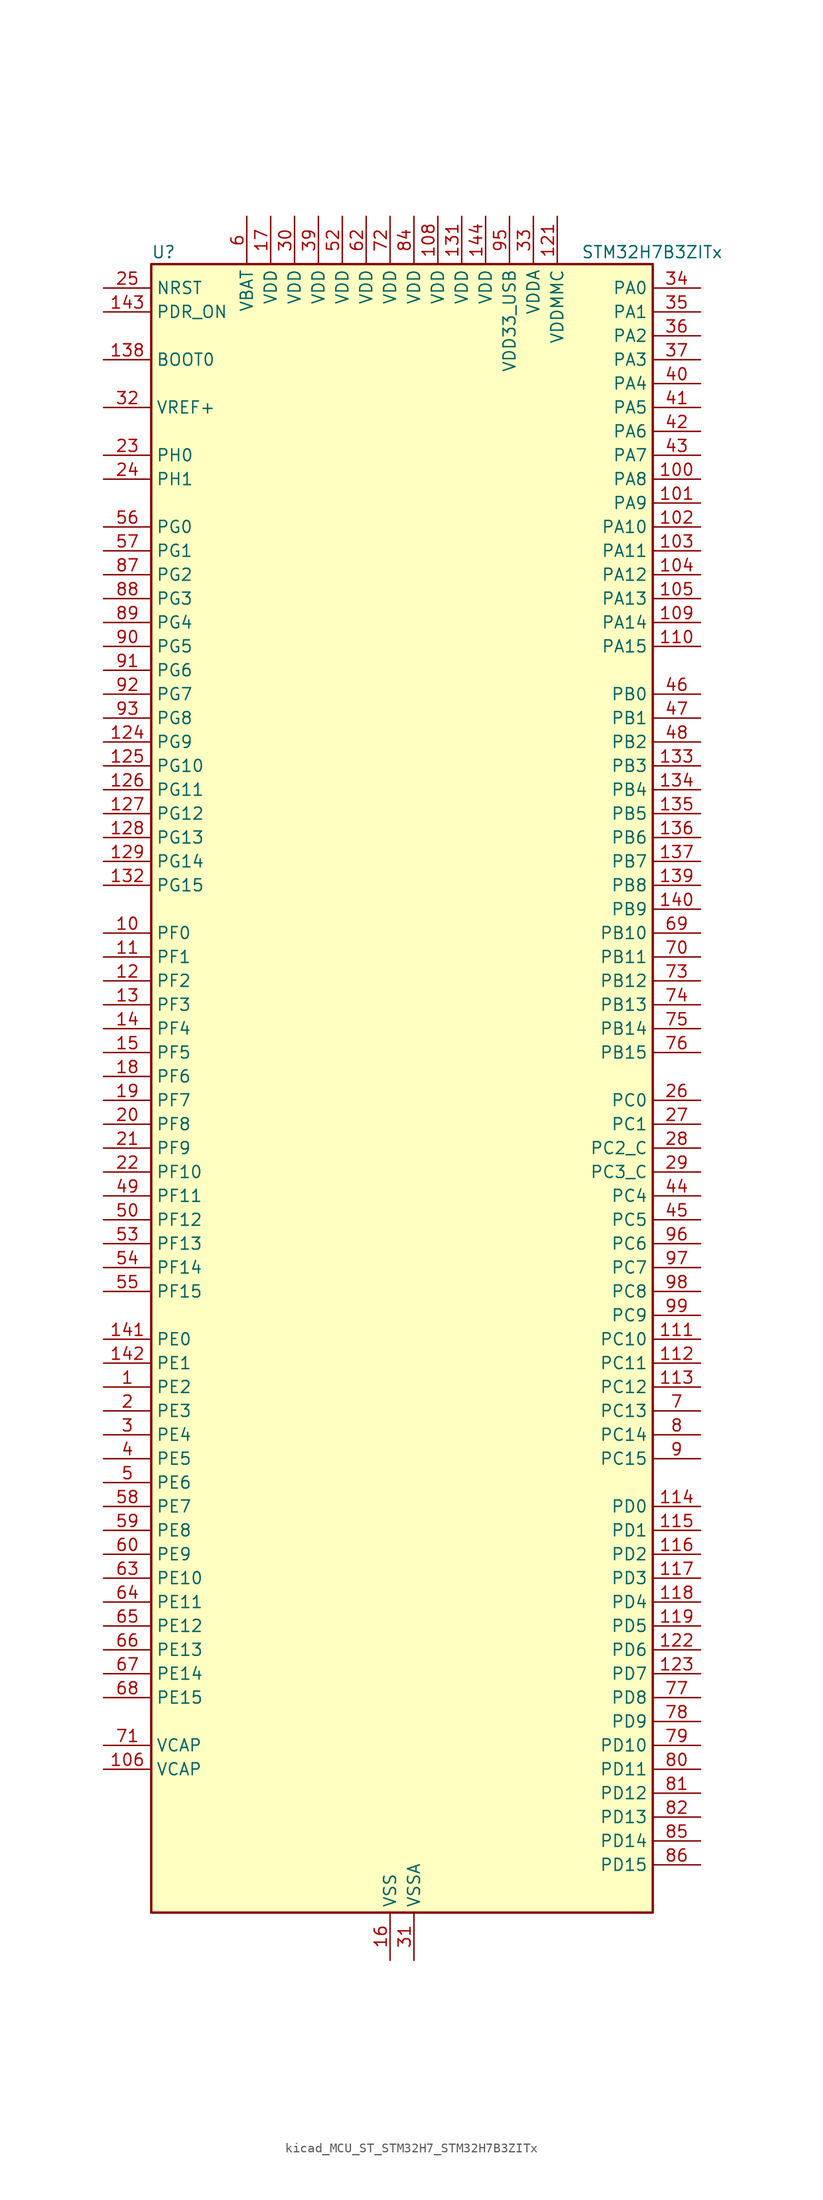
<source format=kicad_sym>
(kicad_symbol_lib
  (version 20220914)
  (generator kicad_symbol_editor)
  (symbol "kicad_MCU_ST_STM32H7_STM32H7B3ZITx"
    (property "Reference" "U"
      (at -25.4 90.17 0)
      (effects (font (size 1.27 1.27)) (justify left)))
    (property "Value" "STM32H7B3ZITx"
      (at 20.32 90.17 0)
      (effects (font (size 1.27 1.27)) (justify left)))
    (property "ki_locked" ""
      (at 0 0 0)
      (effects (font (size 1.27 1.27))))
    (symbol "kicad_MCU_ST_STM32H7_STM32H7B3ZITx_0_1"
      (rectangle (start -25.4 -86.36) (end 27.94 88.9) (stroke (width 0.254) (type default)) (fill (type background))))
    (symbol "kicad_MCU_ST_STM32H7_STM32H7B3ZITx_1_1"
      (pin bidirectional line (at -30.48 -30.48 0) (length 5.08) (name "PE2" (effects (font (size 1.27 1.27)))) (number "1" (effects (font (size 1.27 1.27)))) (alternate "DEBUG_TRACECLK" bidirectional line) (alternate "FMC_A23" bidirectional line) (alternate "OCTOSPIM_P1_IO2" bidirectional line) (alternate "SAI1_CK1" bidirectional line) (alternate "SAI1_MCLK_A" bidirectional line) (alternate "SPI4_SCK" bidirectional line) (alternate "USART10_RX" bidirectional line))
      (pin bidirectional line (at -30.48 17.78 0) (length 5.08) (name "PF0" (effects (font (size 1.27 1.27)))) (number "10" (effects (font (size 1.27 1.27)))) (alternate "FMC_A0" bidirectional line) (alternate "I2C2_SDA" bidirectional line) (alternate "OCTOSPIM_P2_IO0" bidirectional line))
      (pin bidirectional line (at 33.02 66.04 180) (length 5.08) (name "PA8" (effects (font (size 1.27 1.27)))) (number "100" (effects (font (size 1.27 1.27)))) (alternate "I2C3_SCL" bidirectional line) (alternate "LTDC_B3" bidirectional line) (alternate "LTDC_R6" bidirectional line) (alternate "RCC_MCO_1" bidirectional line) (alternate "TIM1_CH1" bidirectional line) (alternate "TIM8_BKIN2" bidirectional line) (alternate "TIM8_BKIN2_COMP1" bidirectional line) (alternate "TIM8_BKIN2_COMP2" bidirectional line) (alternate "UART7_RX" bidirectional line) (alternate "USART1_CK" bidirectional line) (alternate "USB_OTG_HS_SOF" bidirectional line))
      (pin bidirectional line (at 33.02 63.5 180) (length 5.08) (name "PA9" (effects (font (size 1.27 1.27)))) (number "101" (effects (font (size 1.27 1.27)))) (alternate "DAC1_EXTI9" bidirectional line) (alternate "DCMI_D0" bidirectional line) (alternate "I2C3_SMBA" bidirectional line) (alternate "I2S2_CK" bidirectional line) (alternate "LPUART1_TX" bidirectional line) (alternate "LTDC_R5" bidirectional line) (alternate "PSSI_D0" bidirectional line) (alternate "SPI2_SCK" bidirectional line) (alternate "TIM1_CH2" bidirectional line) (alternate "USART1_TX" bidirectional line) (alternate "USB_OTG_HS_VBUS" bidirectional line))
      (pin bidirectional line (at 33.02 60.96 180) (length 5.08) (name "PA10" (effects (font (size 1.27 1.27)))) (number "102" (effects (font (size 1.27 1.27)))) (alternate "DCMI_D1" bidirectional line) (alternate "LPUART1_RX" bidirectional line) (alternate "LTDC_B1" bidirectional line) (alternate "LTDC_B4" bidirectional line) (alternate "MDIOS_MDIO" bidirectional line) (alternate "PSSI_D1" bidirectional line) (alternate "TIM1_CH3" bidirectional line) (alternate "USART1_RX" bidirectional line) (alternate "USB_OTG_HS_ID" bidirectional line))
      (pin bidirectional line (at 33.02 58.42 180) (length 5.08) (name "PA11" (effects (font (size 1.27 1.27)))) (number "103" (effects (font (size 1.27 1.27)))) (alternate "ADC1_EXTI11" bidirectional line) (alternate "ADC2_EXTI11" bidirectional line) (alternate "FDCAN1_RX" bidirectional line) (alternate "I2S2_WS" bidirectional line) (alternate "LPUART1_CTS" bidirectional line) (alternate "LTDC_R4" bidirectional line) (alternate "SPI2_NSS" bidirectional line) (alternate "TIM1_CH4" bidirectional line) (alternate "UART4_RX" bidirectional line) (alternate "USART1_CTS" bidirectional line) (alternate "USART1_NSS" bidirectional line) (alternate "USB_OTG_HS_DM" bidirectional line))
      (pin bidirectional line (at 33.02 55.88 180) (length 5.08) (name "PA12" (effects (font (size 1.27 1.27)))) (number "104" (effects (font (size 1.27 1.27)))) (alternate "FDCAN1_TX" bidirectional line) (alternate "I2S2_CK" bidirectional line) (alternate "LPUART1_DE" bidirectional line) (alternate "LPUART1_RTS" bidirectional line) (alternate "LTDC_R5" bidirectional line) (alternate "SAI2_FS_B" bidirectional line) (alternate "SPI2_SCK" bidirectional line) (alternate "TIM1_ETR" bidirectional line) (alternate "UART4_TX" bidirectional line) (alternate "USART1_DE" bidirectional line) (alternate "USART1_RTS" bidirectional line) (alternate "USB_OTG_HS_DP" bidirectional line))
      (pin bidirectional line (at 33.02 53.34 180) (length 5.08) (name "PA13" (effects (font (size 1.27 1.27)))) (number "105" (effects (font (size 1.27 1.27)))) (alternate "DEBUG_JTMS-SWDIO" bidirectional line))
      (pin power_out line (at -30.48 -71.12 0) (length 5.08) (name "VCAP" (effects (font (size 1.27 1.27)))) (number "106" (effects (font (size 1.27 1.27)))))
      (pin passive line (at 0 -91.44 90) (length 5.08) hide (name "VSS" (effects (font (size 1.27 1.27)))) (number "107" (effects (font (size 1.27 1.27)))))
      (pin power_in line (at 5.08 93.98 270) (length 5.08) (name "VDD" (effects (font (size 1.27 1.27)))) (number "108" (effects (font (size 1.27 1.27)))))
      (pin bidirectional line (at 33.02 50.8 180) (length 5.08) (name "PA14" (effects (font (size 1.27 1.27)))) (number "109" (effects (font (size 1.27 1.27)))) (alternate "DEBUG_JTCK-SWCLK" bidirectional line))
      (pin bidirectional line (at -30.48 15.24 0) (length 5.08) (name "PF1" (effects (font (size 1.27 1.27)))) (number "11" (effects (font (size 1.27 1.27)))) (alternate "FMC_A1" bidirectional line) (alternate "I2C2_SCL" bidirectional line) (alternate "OCTOSPIM_P2_IO1" bidirectional line))
      (pin bidirectional line (at 33.02 48.26 180) (length 5.08) (name "PA15" (effects (font (size 1.27 1.27)))) (number "110" (effects (font (size 1.27 1.27)))) (alternate "ADC1_EXTI15" bidirectional line) (alternate "ADC2_EXTI15" bidirectional line) (alternate "CEC" bidirectional line) (alternate "DEBUG_JTDI" bidirectional line) (alternate "I2S1_WS" bidirectional line) (alternate "I2S3_WS" bidirectional line) (alternate "I2S6_WS" bidirectional line) (alternate "LTDC_B6" bidirectional line) (alternate "LTDC_R3" bidirectional line) (alternate "SPI1_NSS" bidirectional line) (alternate "SPI3_NSS" bidirectional line) (alternate "SPI6_NSS" bidirectional line) (alternate "TIM2_CH1" bidirectional line) (alternate "TIM2_ETR" bidirectional line) (alternate "UART4_DE" bidirectional line) (alternate "UART4_RTS" bidirectional line) (alternate "UART7_TX" bidirectional line))
      (pin bidirectional line (at 33.02 -25.4 180) (length 5.08) (name "PC10" (effects (font (size 1.27 1.27)))) (number "111" (effects (font (size 1.27 1.27)))) (alternate "DCMI_D8" bidirectional line) (alternate "DFSDM1_CKIN5" bidirectional line) (alternate "DFSDM2_CKIN0" bidirectional line) (alternate "I2S3_CK" bidirectional line) (alternate "LTDC_B1" bidirectional line) (alternate "LTDC_R2" bidirectional line) (alternate "OCTOSPIM_P1_IO1" bidirectional line) (alternate "PSSI_D8" bidirectional line) (alternate "SDMMC1_D2" bidirectional line) (alternate "SPI3_SCK" bidirectional line) (alternate "SWPMI1_RX" bidirectional line) (alternate "UART4_TX" bidirectional line) (alternate "USART3_TX" bidirectional line))
      (pin bidirectional line (at 33.02 -27.94 180) (length 5.08) (name "PC11" (effects (font (size 1.27 1.27)))) (number "112" (effects (font (size 1.27 1.27)))) (alternate "ADC1_EXTI11" bidirectional line) (alternate "ADC2_EXTI11" bidirectional line) (alternate "DCMI_D4" bidirectional line) (alternate "DFSDM1_DATIN5" bidirectional line) (alternate "DFSDM2_DATIN0" bidirectional line) (alternate "I2S3_SDI" bidirectional line) (alternate "LTDC_B4" bidirectional line) (alternate "OCTOSPIM_P1_NCS" bidirectional line) (alternate "PSSI_D4" bidirectional line) (alternate "SDMMC1_D3" bidirectional line) (alternate "SPI3_MISO" bidirectional line) (alternate "UART4_RX" bidirectional line) (alternate "USART3_RX" bidirectional line))
      (pin bidirectional line (at 33.02 -30.48 180) (length 5.08) (name "PC12" (effects (font (size 1.27 1.27)))) (number "113" (effects (font (size 1.27 1.27)))) (alternate "DCMI_D9" bidirectional line) (alternate "DEBUG_TRACED3" bidirectional line) (alternate "DFSDM2_CKOUT" bidirectional line) (alternate "I2S3_SDO" bidirectional line) (alternate "I2S6_CK" bidirectional line) (alternate "LTDC_R6" bidirectional line) (alternate "PSSI_D9" bidirectional line) (alternate "SDMMC1_CK" bidirectional line) (alternate "SPI3_MOSI" bidirectional line) (alternate "SPI6_SCK" bidirectional line) (alternate "TIM15_CH1" bidirectional line) (alternate "UART5_TX" bidirectional line) (alternate "USART3_CK" bidirectional line))
      (pin bidirectional line (at 33.02 -43.18 180) (length 5.08) (name "PD0" (effects (font (size 1.27 1.27)))) (number "114" (effects (font (size 1.27 1.27)))) (alternate "DFSDM1_CKIN6" bidirectional line) (alternate "FDCAN1_RX" bidirectional line) (alternate "FMC_D2" bidirectional line) (alternate "FMC_DA2" bidirectional line) (alternate "LTDC_B1" bidirectional line) (alternate "UART4_RX" bidirectional line) (alternate "UART9_CTS" bidirectional line))
      (pin bidirectional line (at 33.02 -45.72 180) (length 5.08) (name "PD1" (effects (font (size 1.27 1.27)))) (number "115" (effects (font (size 1.27 1.27)))) (alternate "DFSDM1_DATIN6" bidirectional line) (alternate "FDCAN1_TX" bidirectional line) (alternate "FMC_D3" bidirectional line) (alternate "FMC_DA3" bidirectional line) (alternate "UART4_TX" bidirectional line))
      (pin bidirectional line (at 33.02 -48.26 180) (length 5.08) (name "PD2" (effects (font (size 1.27 1.27)))) (number "116" (effects (font (size 1.27 1.27)))) (alternate "DCMI_D11" bidirectional line) (alternate "DEBUG_TRACED2" bidirectional line) (alternate "LTDC_B2" bidirectional line) (alternate "LTDC_B7" bidirectional line) (alternate "PSSI_D11" bidirectional line) (alternate "SDMMC1_CMD" bidirectional line) (alternate "TIM15_BKIN" bidirectional line) (alternate "TIM3_ETR" bidirectional line) (alternate "UART5_RX" bidirectional line))
      (pin bidirectional line (at 33.02 -50.8 180) (length 5.08) (name "PD3" (effects (font (size 1.27 1.27)))) (number "117" (effects (font (size 1.27 1.27)))) (alternate "DCMI_D5" bidirectional line) (alternate "DFSDM1_CKOUT" bidirectional line) (alternate "FMC_CLK" bidirectional line) (alternate "I2S2_CK" bidirectional line) (alternate "LTDC_G7" bidirectional line) (alternate "PSSI_D5" bidirectional line) (alternate "SPI2_SCK" bidirectional line) (alternate "USART2_CTS" bidirectional line) (alternate "USART2_NSS" bidirectional line))
      (pin bidirectional line (at 33.02 -53.34 180) (length 5.08) (name "PD4" (effects (font (size 1.27 1.27)))) (number "118" (effects (font (size 1.27 1.27)))) (alternate "FMC_NOE" bidirectional line) (alternate "OCTOSPIM_P1_IO4" bidirectional line) (alternate "USART2_DE" bidirectional line) (alternate "USART2_RTS" bidirectional line))
      (pin bidirectional line (at 33.02 -55.88 180) (length 5.08) (name "PD5" (effects (font (size 1.27 1.27)))) (number "119" (effects (font (size 1.27 1.27)))) (alternate "FMC_NWE" bidirectional line) (alternate "OCTOSPIM_P1_IO5" bidirectional line) (alternate "USART2_TX" bidirectional line))
      (pin bidirectional line (at -30.48 12.7 0) (length 5.08) (name "PF2" (effects (font (size 1.27 1.27)))) (number "12" (effects (font (size 1.27 1.27)))) (alternate "FMC_A2" bidirectional line) (alternate "I2C2_SMBA" bidirectional line) (alternate "OCTOSPIM_P2_IO2" bidirectional line))
      (pin passive line (at 0 -91.44 90) (length 5.08) hide (name "VSS" (effects (font (size 1.27 1.27)))) (number "120" (effects (font (size 1.27 1.27)))))
      (pin power_in line (at 17.78 93.98 270) (length 5.08) (name "VDDMMC" (effects (font (size 1.27 1.27)))) (number "121" (effects (font (size 1.27 1.27)))))
      (pin bidirectional line (at 33.02 -58.42 180) (length 5.08) (name "PD6" (effects (font (size 1.27 1.27)))) (number "122" (effects (font (size 1.27 1.27)))) (alternate "DCMI_D10" bidirectional line) (alternate "DFSDM1_CKIN4" bidirectional line) (alternate "DFSDM1_DATIN1" bidirectional line) (alternate "FMC_NWAIT" bidirectional line) (alternate "I2S3_SDO" bidirectional line) (alternate "LTDC_B2" bidirectional line) (alternate "OCTOSPIM_P1_IO6" bidirectional line) (alternate "PSSI_D10" bidirectional line) (alternate "SAI1_D1" bidirectional line) (alternate "SAI1_SD_A" bidirectional line) (alternate "SDMMC2_CK" bidirectional line) (alternate "SPI3_MOSI" bidirectional line) (alternate "USART2_RX" bidirectional line))
      (pin bidirectional line (at 33.02 -60.96 180) (length 5.08) (name "PD7" (effects (font (size 1.27 1.27)))) (number "123" (effects (font (size 1.27 1.27)))) (alternate "DFSDM1_CKIN1" bidirectional line) (alternate "DFSDM1_DATIN4" bidirectional line) (alternate "FMC_NE1" bidirectional line) (alternate "I2S1_SDO" bidirectional line) (alternate "OCTOSPIM_P1_IO7" bidirectional line) (alternate "SDMMC2_CMD" bidirectional line) (alternate "SPDIFRX_IN0" bidirectional line) (alternate "SPI1_MOSI" bidirectional line) (alternate "USART2_CK" bidirectional line))
      (pin bidirectional line (at -30.48 38.1 0) (length 5.08) (name "PG9" (effects (font (size 1.27 1.27)))) (number "124" (effects (font (size 1.27 1.27)))) (alternate "DAC1_EXTI9" bidirectional line) (alternate "DCMI_VSYNC" bidirectional line) (alternate "FMC_NCE" bidirectional line) (alternate "FMC_NE2" bidirectional line) (alternate "I2S1_SDI" bidirectional line) (alternate "OCTOSPIM_P1_IO6" bidirectional line) (alternate "PSSI_RDY" bidirectional line) (alternate "SAI2_FS_B" bidirectional line) (alternate "SDMMC2_D0" bidirectional line) (alternate "SPDIFRX_IN3" bidirectional line) (alternate "SPI1_MISO" bidirectional line) (alternate "USART6_RX" bidirectional line))
      (pin bidirectional line (at -30.48 35.56 0) (length 5.08) (name "PG10" (effects (font (size 1.27 1.27)))) (number "125" (effects (font (size 1.27 1.27)))) (alternate "DCMI_D2" bidirectional line) (alternate "FMC_NE3" bidirectional line) (alternate "I2S1_WS" bidirectional line) (alternate "LTDC_B2" bidirectional line) (alternate "LTDC_G3" bidirectional line) (alternate "OCTOSPIM_P2_IO6" bidirectional line) (alternate "PSSI_D2" bidirectional line) (alternate "SAI2_SD_B" bidirectional line) (alternate "SDMMC2_D1" bidirectional line) (alternate "SPI1_NSS" bidirectional line))
      (pin bidirectional line (at -30.48 33.02 0) (length 5.08) (name "PG11" (effects (font (size 1.27 1.27)))) (number "126" (effects (font (size 1.27 1.27)))) (alternate "ADC1_EXTI11" bidirectional line) (alternate "ADC2_EXTI11" bidirectional line) (alternate "DCMI_D3" bidirectional line) (alternate "I2S1_CK" bidirectional line) (alternate "LPTIM1_IN2" bidirectional line) (alternate "LTDC_B3" bidirectional line) (alternate "OCTOSPIM_P2_IO7" bidirectional line) (alternate "PSSI_D3" bidirectional line) (alternate "SDMMC2_D2" bidirectional line) (alternate "SPDIFRX_IN0" bidirectional line) (alternate "SPI1_SCK" bidirectional line) (alternate "USART10_RX" bidirectional line))
      (pin bidirectional line (at -30.48 30.48 0) (length 5.08) (name "PG12" (effects (font (size 1.27 1.27)))) (number "127" (effects (font (size 1.27 1.27)))) (alternate "FMC_NE4" bidirectional line) (alternate "I2S6_SDI" bidirectional line) (alternate "LPTIM1_IN1" bidirectional line) (alternate "LTDC_B1" bidirectional line) (alternate "LTDC_B4" bidirectional line) (alternate "OCTOSPIM_P2_NCS" bidirectional line) (alternate "SDMMC2_D3" bidirectional line) (alternate "SPDIFRX_IN1" bidirectional line) (alternate "SPI6_MISO" bidirectional line) (alternate "USART10_TX" bidirectional line) (alternate "USART6_DE" bidirectional line) (alternate "USART6_RTS" bidirectional line))
      (pin bidirectional line (at -30.48 27.94 0) (length 5.08) (name "PG13" (effects (font (size 1.27 1.27)))) (number "128" (effects (font (size 1.27 1.27)))) (alternate "DEBUG_TRACED0" bidirectional line) (alternate "FMC_A24" bidirectional line) (alternate "I2S6_CK" bidirectional line) (alternate "LPTIM1_OUT" bidirectional line) (alternate "LTDC_R0" bidirectional line) (alternate "SDMMC2_D6" bidirectional line) (alternate "SPI6_SCK" bidirectional line) (alternate "USART10_CTS" bidirectional line) (alternate "USART10_NSS" bidirectional line) (alternate "USART6_CTS" bidirectional line) (alternate "USART6_NSS" bidirectional line))
      (pin bidirectional line (at -30.48 25.4 0) (length 5.08) (name "PG14" (effects (font (size 1.27 1.27)))) (number "129" (effects (font (size 1.27 1.27)))) (alternate "DEBUG_TRACED1" bidirectional line) (alternate "FMC_A25" bidirectional line) (alternate "I2S6_SDO" bidirectional line) (alternate "LPTIM1_ETR" bidirectional line) (alternate "LTDC_B0" bidirectional line) (alternate "OCTOSPIM_P1_IO7" bidirectional line) (alternate "SDMMC2_D7" bidirectional line) (alternate "SPI6_MOSI" bidirectional line) (alternate "USART10_DE" bidirectional line) (alternate "USART10_RTS" bidirectional line) (alternate "USART6_TX" bidirectional line))
      (pin bidirectional line (at -30.48 10.16 0) (length 5.08) (name "PF3" (effects (font (size 1.27 1.27)))) (number "13" (effects (font (size 1.27 1.27)))) (alternate "FMC_A3" bidirectional line) (alternate "OCTOSPIM_P2_IO3" bidirectional line))
      (pin passive line (at 0 -91.44 90) (length 5.08) hide (name "VSS" (effects (font (size 1.27 1.27)))) (number "130" (effects (font (size 1.27 1.27)))))
      (pin power_in line (at 7.62 93.98 270) (length 5.08) (name "VDD" (effects (font (size 1.27 1.27)))) (number "131" (effects (font (size 1.27 1.27)))))
      (pin bidirectional line (at -30.48 22.86 0) (length 5.08) (name "PG15" (effects (font (size 1.27 1.27)))) (number "132" (effects (font (size 1.27 1.27)))) (alternate "ADC1_EXTI15" bidirectional line) (alternate "ADC2_EXTI15" bidirectional line) (alternate "DCMI_D13" bidirectional line) (alternate "FMC_SDNCAS" bidirectional line) (alternate "OCTOSPIM_P2_DQS" bidirectional line) (alternate "PSSI_D13" bidirectional line) (alternate "USART10_CK" bidirectional line) (alternate "USART6_CTS" bidirectional line) (alternate "USART6_NSS" bidirectional line))
      (pin bidirectional line (at 33.02 35.56 180) (length 5.08) (name "PB3" (effects (font (size 1.27 1.27)))) (number "133" (effects (font (size 1.27 1.27)))) (alternate "CRS_SYNC" bidirectional line) (alternate "DEBUG_JTDO-SWO" bidirectional line) (alternate "I2S1_CK" bidirectional line) (alternate "I2S3_CK" bidirectional line) (alternate "I2S6_CK" bidirectional line) (alternate "SDMMC2_D2" bidirectional line) (alternate "SPI1_SCK" bidirectional line) (alternate "SPI3_SCK" bidirectional line) (alternate "SPI6_SCK" bidirectional line) (alternate "TIM2_CH2" bidirectional line) (alternate "UART7_RX" bidirectional line))
      (pin bidirectional line (at 33.02 33.02 180) (length 5.08) (name "PB4" (effects (font (size 1.27 1.27)))) (number "134" (effects (font (size 1.27 1.27)))) (alternate "DEBUG_JTRST" bidirectional line) (alternate "I2S1_SDI" bidirectional line) (alternate "I2S2_WS" bidirectional line) (alternate "I2S3_SDI" bidirectional line) (alternate "I2S6_SDI" bidirectional line) (alternate "SDMMC2_D3" bidirectional line) (alternate "SPI1_MISO" bidirectional line) (alternate "SPI2_NSS" bidirectional line) (alternate "SPI3_MISO" bidirectional line) (alternate "SPI6_MISO" bidirectional line) (alternate "TIM16_BKIN" bidirectional line) (alternate "TIM3_CH1" bidirectional line) (alternate "UART7_TX" bidirectional line))
      (pin bidirectional line (at 33.02 30.48 180) (length 5.08) (name "PB5" (effects (font (size 1.27 1.27)))) (number "135" (effects (font (size 1.27 1.27)))) (alternate "DCMI_D10" bidirectional line) (alternate "FDCAN2_RX" bidirectional line) (alternate "FMC_SDCKE1" bidirectional line) (alternate "I2C1_SMBA" bidirectional line) (alternate "I2C4_SMBA" bidirectional line) (alternate "I2S1_SDO" bidirectional line) (alternate "I2S3_SDO" bidirectional line) (alternate "I2S6_SDO" bidirectional line) (alternate "LTDC_B5" bidirectional line) (alternate "PSSI_D10" bidirectional line) (alternate "SPI1_MOSI" bidirectional line) (alternate "SPI3_MOSI" bidirectional line) (alternate "SPI6_MOSI" bidirectional line) (alternate "TIM17_BKIN" bidirectional line) (alternate "TIM3_CH2" bidirectional line) (alternate "UART5_RX" bidirectional line) (alternate "USB_OTG_HS_ULPI_D7" bidirectional line))
      (pin bidirectional line (at 33.02 27.94 180) (length 5.08) (name "PB6" (effects (font (size 1.27 1.27)))) (number "136" (effects (font (size 1.27 1.27)))) (alternate "CEC" bidirectional line) (alternate "DCMI_D5" bidirectional line) (alternate "DFSDM1_DATIN5" bidirectional line) (alternate "FDCAN2_TX" bidirectional line) (alternate "FMC_SDNE1" bidirectional line) (alternate "I2C1_SCL" bidirectional line) (alternate "I2C4_SCL" bidirectional line) (alternate "LPUART1_TX" bidirectional line) (alternate "OCTOSPIM_P1_NCS" bidirectional line) (alternate "PSSI_D5" bidirectional line) (alternate "TIM16_CH1N" bidirectional line) (alternate "TIM4_CH1" bidirectional line) (alternate "UART5_TX" bidirectional line) (alternate "USART1_TX" bidirectional line))
      (pin bidirectional line (at 33.02 25.4 180) (length 5.08) (name "PB7" (effects (font (size 1.27 1.27)))) (number "137" (effects (font (size 1.27 1.27)))) (alternate "DCMI_VSYNC" bidirectional line) (alternate "DFSDM1_CKIN5" bidirectional line) (alternate "FMC_NL" bidirectional line) (alternate "I2C1_SDA" bidirectional line) (alternate "I2C4_SDA" bidirectional line) (alternate "LPUART1_RX" bidirectional line) (alternate "PSSI_RDY" bidirectional line) (alternate "PWR_PVD_IN" bidirectional line) (alternate "TIM17_CH1N" bidirectional line) (alternate "TIM4_CH2" bidirectional line) (alternate "USART1_RX" bidirectional line))
      (pin input line (at -30.48 78.74 0) (length 5.08) (name "BOOT0" (effects (font (size 1.27 1.27)))) (number "138" (effects (font (size 1.27 1.27)))))
      (pin bidirectional line (at 33.02 22.86 180) (length 5.08) (name "PB8" (effects (font (size 1.27 1.27)))) (number "139" (effects (font (size 1.27 1.27)))) (alternate "DCMI_D6" bidirectional line) (alternate "DFSDM1_CKIN7" bidirectional line) (alternate "FDCAN1_RX" bidirectional line) (alternate "I2C1_SCL" bidirectional line) (alternate "I2C4_SCL" bidirectional line) (alternate "LTDC_B6" bidirectional line) (alternate "PSSI_D6" bidirectional line) (alternate "SDMMC1_CKIN" bidirectional line) (alternate "SDMMC1_D4" bidirectional line) (alternate "SDMMC2_D4" bidirectional line) (alternate "TIM16_CH1" bidirectional line) (alternate "TIM4_CH3" bidirectional line) (alternate "UART4_RX" bidirectional line))
      (pin bidirectional line (at -30.48 7.62 0) (length 5.08) (name "PF4" (effects (font (size 1.27 1.27)))) (number "14" (effects (font (size 1.27 1.27)))) (alternate "FMC_A4" bidirectional line) (alternate "OCTOSPIM_P2_CLK" bidirectional line))
      (pin bidirectional line (at 33.02 20.32 180) (length 5.08) (name "PB9" (effects (font (size 1.27 1.27)))) (number "140" (effects (font (size 1.27 1.27)))) (alternate "DAC1_EXTI9" bidirectional line) (alternate "DCMI_D7" bidirectional line) (alternate "DFSDM1_DATIN7" bidirectional line) (alternate "FDCAN1_TX" bidirectional line) (alternate "I2C1_SDA" bidirectional line) (alternate "I2C4_SDA" bidirectional line) (alternate "I2C4_SMBA" bidirectional line) (alternate "I2S2_WS" bidirectional line) (alternate "LTDC_B7" bidirectional line) (alternate "PSSI_D7" bidirectional line) (alternate "SDMMC1_CDIR" bidirectional line) (alternate "SDMMC1_D5" bidirectional line) (alternate "SDMMC2_D5" bidirectional line) (alternate "SPI2_NSS" bidirectional line) (alternate "TIM17_CH1" bidirectional line) (alternate "TIM4_CH4" bidirectional line) (alternate "UART4_TX" bidirectional line))
      (pin bidirectional line (at -30.48 -25.4 0) (length 5.08) (name "PE0" (effects (font (size 1.27 1.27)))) (number "141" (effects (font (size 1.27 1.27)))) (alternate "DCMI_D2" bidirectional line) (alternate "FMC_NBL0" bidirectional line) (alternate "LPTIM1_ETR" bidirectional line) (alternate "LPTIM2_ETR" bidirectional line) (alternate "LTDC_R0" bidirectional line) (alternate "PSSI_D2" bidirectional line) (alternate "SAI2_MCLK_A" bidirectional line) (alternate "TIM4_ETR" bidirectional line) (alternate "UART8_RX" bidirectional line))
      (pin bidirectional line (at -30.48 -27.94 0) (length 5.08) (name "PE1" (effects (font (size 1.27 1.27)))) (number "142" (effects (font (size 1.27 1.27)))) (alternate "DCMI_D3" bidirectional line) (alternate "FMC_NBL1" bidirectional line) (alternate "LPTIM1_IN2" bidirectional line) (alternate "LTDC_R6" bidirectional line) (alternate "PSSI_D3" bidirectional line) (alternate "UART8_TX" bidirectional line))
      (pin input line (at -30.48 83.82 0) (length 5.08) (name "PDR_ON" (effects (font (size 1.27 1.27)))) (number "143" (effects (font (size 1.27 1.27)))))
      (pin power_in line (at 10.16 93.98 270) (length 5.08) (name "VDD" (effects (font (size 1.27 1.27)))) (number "144" (effects (font (size 1.27 1.27)))))
      (pin bidirectional line (at -30.48 5.08 0) (length 5.08) (name "PF5" (effects (font (size 1.27 1.27)))) (number "15" (effects (font (size 1.27 1.27)))) (alternate "FMC_A5" bidirectional line) (alternate "OCTOSPIM_P2_NCLK" bidirectional line))
      (pin power_in line (at 0 -91.44 90) (length 5.08) (name "VSS" (effects (font (size 1.27 1.27)))) (number "16" (effects (font (size 1.27 1.27)))))
      (pin power_in line (at -12.7 93.98 270) (length 5.08) (name "VDD" (effects (font (size 1.27 1.27)))) (number "17" (effects (font (size 1.27 1.27)))))
      (pin bidirectional line (at -30.48 2.54 0) (length 5.08) (name "PF6" (effects (font (size 1.27 1.27)))) (number "18" (effects (font (size 1.27 1.27)))) (alternate "OCTOSPIM_P1_IO3" bidirectional line) (alternate "SAI1_SD_B" bidirectional line) (alternate "SPI5_NSS" bidirectional line) (alternate "TIM16_CH1" bidirectional line) (alternate "UART7_RX" bidirectional line))
      (pin bidirectional line (at -30.48 0 0) (length 5.08) (name "PF7" (effects (font (size 1.27 1.27)))) (number "19" (effects (font (size 1.27 1.27)))) (alternate "OCTOSPIM_P1_IO2" bidirectional line) (alternate "SAI1_MCLK_B" bidirectional line) (alternate "SPI5_SCK" bidirectional line) (alternate "TIM17_CH1" bidirectional line) (alternate "UART7_TX" bidirectional line))
      (pin bidirectional line (at -30.48 -33.02 0) (length 5.08) (name "PE3" (effects (font (size 1.27 1.27)))) (number "2" (effects (font (size 1.27 1.27)))) (alternate "DEBUG_TRACED0" bidirectional line) (alternate "FMC_A19" bidirectional line) (alternate "SAI1_SD_B" bidirectional line) (alternate "TIM15_BKIN" bidirectional line) (alternate "USART10_TX" bidirectional line))
      (pin bidirectional line (at -30.48 -2.54 0) (length 5.08) (name "PF8" (effects (font (size 1.27 1.27)))) (number "20" (effects (font (size 1.27 1.27)))) (alternate "OCTOSPIM_P1_IO0" bidirectional line) (alternate "SAI1_SCK_B" bidirectional line) (alternate "SPI5_MISO" bidirectional line) (alternate "TIM13_CH1" bidirectional line) (alternate "TIM16_CH1N" bidirectional line) (alternate "UART7_DE" bidirectional line) (alternate "UART7_RTS" bidirectional line))
      (pin bidirectional line (at -30.48 -5.08 0) (length 5.08) (name "PF9" (effects (font (size 1.27 1.27)))) (number "21" (effects (font (size 1.27 1.27)))) (alternate "DAC1_EXTI9" bidirectional line) (alternate "OCTOSPIM_P1_IO1" bidirectional line) (alternate "SAI1_FS_B" bidirectional line) (alternate "SPI5_MOSI" bidirectional line) (alternate "TIM14_CH1" bidirectional line) (alternate "TIM17_CH1N" bidirectional line) (alternate "UART7_CTS" bidirectional line))
      (pin bidirectional line (at -30.48 -7.62 0) (length 5.08) (name "PF10" (effects (font (size 1.27 1.27)))) (number "22" (effects (font (size 1.27 1.27)))) (alternate "DCMI_D11" bidirectional line) (alternate "LTDC_DE" bidirectional line) (alternate "OCTOSPIM_P1_CLK" bidirectional line) (alternate "PSSI_D11" bidirectional line) (alternate "PSSI_D15" bidirectional line) (alternate "SAI1_D3" bidirectional line) (alternate "TIM16_BKIN" bidirectional line))
      (pin bidirectional line (at -30.48 68.58 0) (length 5.08) (name "PH0" (effects (font (size 1.27 1.27)))) (number "23" (effects (font (size 1.27 1.27)))) (alternate "RCC_OSC_IN" bidirectional line))
      (pin bidirectional line (at -30.48 66.04 0) (length 5.08) (name "PH1" (effects (font (size 1.27 1.27)))) (number "24" (effects (font (size 1.27 1.27)))) (alternate "RCC_OSC_OUT" bidirectional line))
      (pin input line (at -30.48 86.36 0) (length 5.08) (name "NRST" (effects (font (size 1.27 1.27)))) (number "25" (effects (font (size 1.27 1.27)))))
      (pin bidirectional line (at 33.02 0 180) (length 5.08) (name "PC0" (effects (font (size 1.27 1.27)))) (number "26" (effects (font (size 1.27 1.27)))) (alternate "ADC1_INP10" bidirectional line) (alternate "ADC2_INP10" bidirectional line) (alternate "DFSDM1_CKIN0" bidirectional line) (alternate "DFSDM1_DATIN4" bidirectional line) (alternate "FMC_A25" bidirectional line) (alternate "FMC_SDNWE" bidirectional line) (alternate "LTDC_G2" bidirectional line) (alternate "LTDC_R5" bidirectional line) (alternate "SAI2_FS_B" bidirectional line) (alternate "USB_OTG_HS_ULPI_STP" bidirectional line))
      (pin bidirectional line (at 33.02 -2.54 180) (length 5.08) (name "PC1" (effects (font (size 1.27 1.27)))) (number "27" (effects (font (size 1.27 1.27)))) (alternate "ADC1_INN10" bidirectional line) (alternate "ADC1_INP11" bidirectional line) (alternate "ADC2_INN10" bidirectional line) (alternate "ADC2_INP11" bidirectional line) (alternate "DEBUG_TRACED0" bidirectional line) (alternate "DFSDM1_CKIN4" bidirectional line) (alternate "DFSDM1_DATIN0" bidirectional line) (alternate "I2S2_SDO" bidirectional line) (alternate "LTDC_G5" bidirectional line) (alternate "MDIOS_MDC" bidirectional line) (alternate "OCTOSPIM_P1_IO4" bidirectional line) (alternate "PWR_WKUP6" bidirectional line) (alternate "RTC_TAMP3" bidirectional line) (alternate "SAI1_D1" bidirectional line) (alternate "SAI1_SD_A" bidirectional line) (alternate "SDMMC2_CK" bidirectional line) (alternate "SPI2_MOSI" bidirectional line))
      (pin bidirectional line (at 33.02 -5.08 180) (length 5.08) (name "PC2_C" (effects (font (size 1.27 1.27)))) (number "28" (effects (font (size 1.27 1.27)))) (alternate "ADC2_INN1" bidirectional line) (alternate "ADC2_INP0" bidirectional line) (alternate "DFSDM1_CKIN1" bidirectional line) (alternate "DFSDM1_CKOUT" bidirectional line) (alternate "FMC_SDNE0" bidirectional line) (alternate "I2S2_SDI" bidirectional line) (alternate "OCTOSPIM_P1_IO2" bidirectional line) (alternate "OCTOSPIM_P1_IO5" bidirectional line) (alternate "PWR_CSTOP" bidirectional line) (alternate "SPI2_MISO" bidirectional line) (alternate "USB_OTG_HS_ULPI_DIR" bidirectional line))
      (pin bidirectional line (at 33.02 -7.62 180) (length 5.08) (name "PC3_C" (effects (font (size 1.27 1.27)))) (number "29" (effects (font (size 1.27 1.27)))) (alternate "ADC2_INP1" bidirectional line) (alternate "DFSDM1_DATIN1" bidirectional line) (alternate "FMC_SDCKE0" bidirectional line) (alternate "I2S2_SDO" bidirectional line) (alternate "OCTOSPIM_P1_IO0" bidirectional line) (alternate "OCTOSPIM_P1_IO6" bidirectional line) (alternate "PWR_CSLEEP" bidirectional line) (alternate "SPI2_MOSI" bidirectional line) (alternate "USB_OTG_HS_ULPI_NXT" bidirectional line))
      (pin bidirectional line (at -30.48 -35.56 0) (length 5.08) (name "PE4" (effects (font (size 1.27 1.27)))) (number "3" (effects (font (size 1.27 1.27)))) (alternate "DCMI_D4" bidirectional line) (alternate "DEBUG_TRACED1" bidirectional line) (alternate "DFSDM1_DATIN3" bidirectional line) (alternate "FMC_A20" bidirectional line) (alternate "LTDC_B0" bidirectional line) (alternate "PSSI_D4" bidirectional line) (alternate "SAI1_D2" bidirectional line) (alternate "SAI1_FS_A" bidirectional line) (alternate "SPI4_NSS" bidirectional line) (alternate "TIM15_CH1N" bidirectional line))
      (pin power_in line (at -10.16 93.98 270) (length 5.08) (name "VDD" (effects (font (size 1.27 1.27)))) (number "30" (effects (font (size 1.27 1.27)))))
      (pin power_in line (at 2.54 -91.44 90) (length 5.08) (name "VSSA" (effects (font (size 1.27 1.27)))) (number "31" (effects (font (size 1.27 1.27)))))
      (pin input line (at -30.48 73.66 0) (length 5.08) (name "VREF+" (effects (font (size 1.27 1.27)))) (number "32" (effects (font (size 1.27 1.27)))) (alternate "VREFBUF_OUT" bidirectional line))
      (pin power_in line (at 15.24 93.98 270) (length 5.08) (name "VDDA" (effects (font (size 1.27 1.27)))) (number "33" (effects (font (size 1.27 1.27)))))
      (pin bidirectional line (at 33.02 86.36 180) (length 5.08) (name "PA0" (effects (font (size 1.27 1.27)))) (number "34" (effects (font (size 1.27 1.27)))) (alternate "ADC1_INP16" bidirectional line) (alternate "I2S6_WS" bidirectional line) (alternate "PWR_WKUP1" bidirectional line) (alternate "SAI2_SD_B" bidirectional line) (alternate "SDMMC2_CMD" bidirectional line) (alternate "SPI6_NSS" bidirectional line) (alternate "TIM15_BKIN" bidirectional line) (alternate "TIM2_CH1" bidirectional line) (alternate "TIM2_ETR" bidirectional line) (alternate "TIM5_CH1" bidirectional line) (alternate "TIM8_ETR" bidirectional line) (alternate "UART4_TX" bidirectional line) (alternate "USART2_CTS" bidirectional line) (alternate "USART2_NSS" bidirectional line))
      (pin bidirectional line (at 33.02 83.82 180) (length 5.08) (name "PA1" (effects (font (size 1.27 1.27)))) (number "35" (effects (font (size 1.27 1.27)))) (alternate "ADC1_INN16" bidirectional line) (alternate "ADC1_INP17" bidirectional line) (alternate "LPTIM3_OUT" bidirectional line) (alternate "LTDC_R2" bidirectional line) (alternate "OCTOSPIM_P1_DQS" bidirectional line) (alternate "OCTOSPIM_P1_IO3" bidirectional line) (alternate "SAI2_MCLK_B" bidirectional line) (alternate "TIM15_CH1N" bidirectional line) (alternate "TIM2_CH2" bidirectional line) (alternate "TIM5_CH2" bidirectional line) (alternate "UART4_RX" bidirectional line) (alternate "USART2_DE" bidirectional line) (alternate "USART2_RTS" bidirectional line))
      (pin bidirectional line (at 33.02 81.28 180) (length 5.08) (name "PA2" (effects (font (size 1.27 1.27)))) (number "36" (effects (font (size 1.27 1.27)))) (alternate "ADC1_INP14" bidirectional line) (alternate "DFSDM2_CKIN1" bidirectional line) (alternate "LTDC_R1" bidirectional line) (alternate "MDIOS_MDIO" bidirectional line) (alternate "PWR_WKUP2" bidirectional line) (alternate "SAI2_SCK_B" bidirectional line) (alternate "TIM15_CH1" bidirectional line) (alternate "TIM2_CH3" bidirectional line) (alternate "TIM5_CH3" bidirectional line) (alternate "USART2_TX" bidirectional line))
      (pin bidirectional line (at 33.02 78.74 180) (length 5.08) (name "PA3" (effects (font (size 1.27 1.27)))) (number "37" (effects (font (size 1.27 1.27)))) (alternate "ADC1_INP15" bidirectional line) (alternate "I2S6_MCK" bidirectional line) (alternate "LTDC_B2" bidirectional line) (alternate "LTDC_B5" bidirectional line) (alternate "OCTOSPIM_P1_CLK" bidirectional line) (alternate "TIM15_CH2" bidirectional line) (alternate "TIM2_CH4" bidirectional line) (alternate "TIM5_CH4" bidirectional line) (alternate "USART2_RX" bidirectional line) (alternate "USB_OTG_HS_ULPI_D0" bidirectional line))
      (pin passive line (at 0 -91.44 90) (length 5.08) hide (name "VSS" (effects (font (size 1.27 1.27)))) (number "38" (effects (font (size 1.27 1.27)))))
      (pin power_in line (at -7.62 93.98 270) (length 5.08) (name "VDD" (effects (font (size 1.27 1.27)))) (number "39" (effects (font (size 1.27 1.27)))))
      (pin bidirectional line (at -30.48 -38.1 0) (length 5.08) (name "PE5" (effects (font (size 1.27 1.27)))) (number "4" (effects (font (size 1.27 1.27)))) (alternate "DCMI_D6" bidirectional line) (alternate "DEBUG_TRACED2" bidirectional line) (alternate "DFSDM1_CKIN3" bidirectional line) (alternate "FMC_A21" bidirectional line) (alternate "LTDC_G0" bidirectional line) (alternate "PSSI_D6" bidirectional line) (alternate "SAI1_CK2" bidirectional line) (alternate "SAI1_SCK_A" bidirectional line) (alternate "SPI4_MISO" bidirectional line) (alternate "TIM15_CH1" bidirectional line))
      (pin bidirectional line (at 33.02 76.2 180) (length 5.08) (name "PA4" (effects (font (size 1.27 1.27)))) (number "40" (effects (font (size 1.27 1.27)))) (alternate "ADC1_INP18" bidirectional line) (alternate "DAC1_OUT1" bidirectional line) (alternate "DCMI_HSYNC" bidirectional line) (alternate "I2S1_WS" bidirectional line) (alternate "I2S3_WS" bidirectional line) (alternate "I2S6_WS" bidirectional line) (alternate "LTDC_VSYNC" bidirectional line) (alternate "PSSI_DE" bidirectional line) (alternate "SPI1_NSS" bidirectional line) (alternate "SPI3_NSS" bidirectional line) (alternate "SPI6_NSS" bidirectional line) (alternate "TIM5_ETR" bidirectional line) (alternate "USART2_CK" bidirectional line))
      (pin bidirectional line (at 33.02 73.66 180) (length 5.08) (name "PA5" (effects (font (size 1.27 1.27)))) (number "41" (effects (font (size 1.27 1.27)))) (alternate "ADC1_INN18" bidirectional line) (alternate "ADC1_INP19" bidirectional line) (alternate "DAC1_OUT2" bidirectional line) (alternate "I2S1_CK" bidirectional line) (alternate "I2S6_CK" bidirectional line) (alternate "LTDC_R4" bidirectional line) (alternate "PSSI_D14" bidirectional line) (alternate "PWR_NDSTOP2" bidirectional line) (alternate "SPI1_SCK" bidirectional line) (alternate "SPI6_SCK" bidirectional line) (alternate "TIM2_CH1" bidirectional line) (alternate "TIM2_ETR" bidirectional line) (alternate "TIM8_CH1N" bidirectional line) (alternate "USB_OTG_HS_ULPI_CK" bidirectional line))
      (pin bidirectional line (at 33.02 71.12 180) (length 5.08) (name "PA6" (effects (font (size 1.27 1.27)))) (number "42" (effects (font (size 1.27 1.27)))) (alternate "ADC1_INP3" bidirectional line) (alternate "ADC2_INP3" bidirectional line) (alternate "DAC2_OUT1" bidirectional line) (alternate "DCMI_PIXCLK" bidirectional line) (alternate "I2S1_SDI" bidirectional line) (alternate "I2S6_SDI" bidirectional line) (alternate "LTDC_G2" bidirectional line) (alternate "MDIOS_MDC" bidirectional line) (alternate "OCTOSPIM_P1_IO3" bidirectional line) (alternate "PSSI_PDCK" bidirectional line) (alternate "SPI1_MISO" bidirectional line) (alternate "SPI6_MISO" bidirectional line) (alternate "TIM13_CH1" bidirectional line) (alternate "TIM1_BKIN" bidirectional line) (alternate "TIM1_BKIN_COMP1" bidirectional line) (alternate "TIM1_BKIN_COMP2" bidirectional line) (alternate "TIM3_CH1" bidirectional line) (alternate "TIM8_BKIN" bidirectional line) (alternate "TIM8_BKIN_COMP1" bidirectional line) (alternate "TIM8_BKIN_COMP2" bidirectional line))
      (pin bidirectional line (at 33.02 68.58 180) (length 5.08) (name "PA7" (effects (font (size 1.27 1.27)))) (number "43" (effects (font (size 1.27 1.27)))) (alternate "ADC1_INN3" bidirectional line) (alternate "ADC1_INP7" bidirectional line) (alternate "ADC2_INN3" bidirectional line) (alternate "ADC2_INP7" bidirectional line) (alternate "DFSDM2_DATIN1" bidirectional line) (alternate "FMC_SDNWE" bidirectional line) (alternate "I2S1_SDO" bidirectional line) (alternate "I2S6_SDO" bidirectional line) (alternate "LTDC_VSYNC" bidirectional line) (alternate "OCTOSPIM_P1_IO2" bidirectional line) (alternate "OPAMP1_VINM" bidirectional line) (alternate "SPI1_MOSI" bidirectional line) (alternate "SPI6_MOSI" bidirectional line) (alternate "TIM14_CH1" bidirectional line) (alternate "TIM1_CH1N" bidirectional line) (alternate "TIM3_CH2" bidirectional line) (alternate "TIM8_CH1N" bidirectional line))
      (pin bidirectional line (at 33.02 -10.16 180) (length 5.08) (name "PC4" (effects (font (size 1.27 1.27)))) (number "44" (effects (font (size 1.27 1.27)))) (alternate "ADC1_INP4" bidirectional line) (alternate "ADC2_INP4" bidirectional line) (alternate "COMP1_INM" bidirectional line) (alternate "DFSDM1_CKIN2" bidirectional line) (alternate "FMC_SDNE0" bidirectional line) (alternate "I2S1_MCK" bidirectional line) (alternate "LTDC_R7" bidirectional line) (alternate "OPAMP1_VOUT" bidirectional line) (alternate "SPDIFRX_IN2" bidirectional line))
      (pin bidirectional line (at 33.02 -12.7 180) (length 5.08) (name "PC5" (effects (font (size 1.27 1.27)))) (number "45" (effects (font (size 1.27 1.27)))) (alternate "ADC1_INN4" bidirectional line) (alternate "ADC1_INP8" bidirectional line) (alternate "ADC2_INN4" bidirectional line) (alternate "ADC2_INP8" bidirectional line) (alternate "COMP1_OUT" bidirectional line) (alternate "DFSDM1_DATIN2" bidirectional line) (alternate "FMC_SDCKE0" bidirectional line) (alternate "LTDC_DE" bidirectional line) (alternate "OCTOSPIM_P1_DQS" bidirectional line) (alternate "OPAMP1_VINM" bidirectional line) (alternate "PSSI_D15" bidirectional line) (alternate "SAI1_D3" bidirectional line) (alternate "SPDIFRX_IN3" bidirectional line))
      (pin bidirectional line (at 33.02 43.18 180) (length 5.08) (name "PB0" (effects (font (size 1.27 1.27)))) (number "46" (effects (font (size 1.27 1.27)))) (alternate "ADC1_INN5" bidirectional line) (alternate "ADC1_INP9" bidirectional line) (alternate "ADC2_INN5" bidirectional line) (alternate "ADC2_INP9" bidirectional line) (alternate "COMP1_INP" bidirectional line) (alternate "DFSDM1_CKOUT" bidirectional line) (alternate "DFSDM2_CKOUT" bidirectional line) (alternate "LTDC_G1" bidirectional line) (alternate "LTDC_R3" bidirectional line) (alternate "OCTOSPIM_P1_IO1" bidirectional line) (alternate "OPAMP1_VINP" bidirectional line) (alternate "TIM1_CH2N" bidirectional line) (alternate "TIM3_CH3" bidirectional line) (alternate "TIM8_CH2N" bidirectional line) (alternate "UART4_CTS" bidirectional line) (alternate "USB_OTG_HS_ULPI_D1" bidirectional line))
      (pin bidirectional line (at 33.02 40.64 180) (length 5.08) (name "PB1" (effects (font (size 1.27 1.27)))) (number "47" (effects (font (size 1.27 1.27)))) (alternate "ADC1_INP5" bidirectional line) (alternate "ADC2_INP5" bidirectional line) (alternate "COMP1_INM" bidirectional line) (alternate "DFSDM1_DATIN1" bidirectional line) (alternate "LTDC_G0" bidirectional line) (alternate "LTDC_R6" bidirectional line) (alternate "OCTOSPIM_P1_IO0" bidirectional line) (alternate "TIM1_CH3N" bidirectional line) (alternate "TIM3_CH4" bidirectional line) (alternate "TIM8_CH3N" bidirectional line) (alternate "USB_OTG_HS_ULPI_D2" bidirectional line))
      (pin bidirectional line (at 33.02 38.1 180) (length 5.08) (name "PB2" (effects (font (size 1.27 1.27)))) (number "48" (effects (font (size 1.27 1.27)))) (alternate "COMP1_INP" bidirectional line) (alternate "DFSDM1_CKIN1" bidirectional line) (alternate "I2S3_SDO" bidirectional line) (alternate "OCTOSPIM_P1_CLK" bidirectional line) (alternate "OCTOSPIM_P1_DQS" bidirectional line) (alternate "RTC_OUT_ALARM" bidirectional line) (alternate "RTC_OUT_CALIB" bidirectional line) (alternate "SAI1_D1" bidirectional line) (alternate "SAI1_SD_A" bidirectional line) (alternate "SPI3_MOSI" bidirectional line))
      (pin bidirectional line (at -30.48 -10.16 0) (length 5.08) (name "PF11" (effects (font (size 1.27 1.27)))) (number "49" (effects (font (size 1.27 1.27)))) (alternate "ADC1_EXTI11" bidirectional line) (alternate "ADC1_INP2" bidirectional line) (alternate "ADC2_EXTI11" bidirectional line) (alternate "DCMI_D12" bidirectional line) (alternate "FMC_SDNRAS" bidirectional line) (alternate "OCTOSPIM_P1_NCLK" bidirectional line) (alternate "PSSI_D12" bidirectional line) (alternate "SAI2_SD_B" bidirectional line) (alternate "SPI5_MOSI" bidirectional line))
      (pin bidirectional line (at -30.48 -40.64 0) (length 5.08) (name "PE6" (effects (font (size 1.27 1.27)))) (number "5" (effects (font (size 1.27 1.27)))) (alternate "DCMI_D7" bidirectional line) (alternate "DEBUG_TRACED3" bidirectional line) (alternate "FMC_A22" bidirectional line) (alternate "LTDC_G1" bidirectional line) (alternate "PSSI_D7" bidirectional line) (alternate "SAI1_D1" bidirectional line) (alternate "SAI1_SD_A" bidirectional line) (alternate "SAI2_MCLK_B" bidirectional line) (alternate "SPI4_MOSI" bidirectional line) (alternate "TIM15_CH2" bidirectional line) (alternate "TIM1_BKIN2" bidirectional line) (alternate "TIM1_BKIN2_COMP1" bidirectional line) (alternate "TIM1_BKIN2_COMP2" bidirectional line))
      (pin bidirectional line (at -30.48 -12.7 0) (length 5.08) (name "PF12" (effects (font (size 1.27 1.27)))) (number "50" (effects (font (size 1.27 1.27)))) (alternate "ADC1_INN2" bidirectional line) (alternate "ADC1_INP6" bidirectional line) (alternate "FMC_A6" bidirectional line) (alternate "OCTOSPIM_P2_DQS" bidirectional line))
      (pin passive line (at 0 -91.44 90) (length 5.08) hide (name "VSS" (effects (font (size 1.27 1.27)))) (number "51" (effects (font (size 1.27 1.27)))))
      (pin power_in line (at -5.08 93.98 270) (length 5.08) (name "VDD" (effects (font (size 1.27 1.27)))) (number "52" (effects (font (size 1.27 1.27)))))
      (pin bidirectional line (at -30.48 -15.24 0) (length 5.08) (name "PF13" (effects (font (size 1.27 1.27)))) (number "53" (effects (font (size 1.27 1.27)))) (alternate "ADC2_INP2" bidirectional line) (alternate "DFSDM1_DATIN6" bidirectional line) (alternate "FMC_A7" bidirectional line) (alternate "I2C4_SMBA" bidirectional line))
      (pin bidirectional line (at -30.48 -17.78 0) (length 5.08) (name "PF14" (effects (font (size 1.27 1.27)))) (number "54" (effects (font (size 1.27 1.27)))) (alternate "ADC2_INN2" bidirectional line) (alternate "ADC2_INP6" bidirectional line) (alternate "DFSDM1_CKIN6" bidirectional line) (alternate "FMC_A8" bidirectional line) (alternate "I2C4_SCL" bidirectional line))
      (pin bidirectional line (at -30.48 -20.32 0) (length 5.08) (name "PF15" (effects (font (size 1.27 1.27)))) (number "55" (effects (font (size 1.27 1.27)))) (alternate "ADC1_EXTI15" bidirectional line) (alternate "ADC2_EXTI15" bidirectional line) (alternate "FMC_A9" bidirectional line) (alternate "I2C4_SDA" bidirectional line))
      (pin bidirectional line (at -30.48 60.96 0) (length 5.08) (name "PG0" (effects (font (size 1.27 1.27)))) (number "56" (effects (font (size 1.27 1.27)))) (alternate "FMC_A10" bidirectional line) (alternate "OCTOSPIM_P2_IO4" bidirectional line) (alternate "UART9_RX" bidirectional line))
      (pin bidirectional line (at -30.48 58.42 0) (length 5.08) (name "PG1" (effects (font (size 1.27 1.27)))) (number "57" (effects (font (size 1.27 1.27)))) (alternate "FMC_A11" bidirectional line) (alternate "OCTOSPIM_P2_IO5" bidirectional line) (alternate "OPAMP2_VINM" bidirectional line) (alternate "UART9_TX" bidirectional line))
      (pin bidirectional line (at -30.48 -43.18 0) (length 5.08) (name "PE7" (effects (font (size 1.27 1.27)))) (number "58" (effects (font (size 1.27 1.27)))) (alternate "COMP2_INM" bidirectional line) (alternate "DFSDM1_DATIN2" bidirectional line) (alternate "FMC_D4" bidirectional line) (alternate "FMC_DA4" bidirectional line) (alternate "OCTOSPIM_P1_IO4" bidirectional line) (alternate "OPAMP2_VOUT" bidirectional line) (alternate "TIM1_ETR" bidirectional line) (alternate "UART7_RX" bidirectional line))
      (pin bidirectional line (at -30.48 -45.72 0) (length 5.08) (name "PE8" (effects (font (size 1.27 1.27)))) (number "59" (effects (font (size 1.27 1.27)))) (alternate "COMP2_OUT" bidirectional line) (alternate "DFSDM1_CKIN2" bidirectional line) (alternate "FMC_D5" bidirectional line) (alternate "FMC_DA5" bidirectional line) (alternate "OCTOSPIM_P1_IO5" bidirectional line) (alternate "OPAMP2_VINM" bidirectional line) (alternate "TIM1_CH1N" bidirectional line) (alternate "UART7_TX" bidirectional line))
      (pin power_in line (at -15.24 93.98 270) (length 5.08) (name "VBAT" (effects (font (size 1.27 1.27)))) (number "6" (effects (font (size 1.27 1.27)))))
      (pin bidirectional line (at -30.48 -48.26 0) (length 5.08) (name "PE9" (effects (font (size 1.27 1.27)))) (number "60" (effects (font (size 1.27 1.27)))) (alternate "COMP2_INP" bidirectional line) (alternate "DAC1_EXTI9" bidirectional line) (alternate "DFSDM1_CKOUT" bidirectional line) (alternate "FMC_D6" bidirectional line) (alternate "FMC_DA6" bidirectional line) (alternate "OCTOSPIM_P1_IO6" bidirectional line) (alternate "OPAMP2_VINP" bidirectional line) (alternate "TIM1_CH1" bidirectional line) (alternate "UART7_DE" bidirectional line) (alternate "UART7_RTS" bidirectional line))
      (pin passive line (at 0 -91.44 90) (length 5.08) hide (name "VSS" (effects (font (size 1.27 1.27)))) (number "61" (effects (font (size 1.27 1.27)))))
      (pin power_in line (at -2.54 93.98 270) (length 5.08) (name "VDD" (effects (font (size 1.27 1.27)))) (number "62" (effects (font (size 1.27 1.27)))))
      (pin bidirectional line (at -30.48 -50.8 0) (length 5.08) (name "PE10" (effects (font (size 1.27 1.27)))) (number "63" (effects (font (size 1.27 1.27)))) (alternate "COMP2_INM" bidirectional line) (alternate "DFSDM1_DATIN4" bidirectional line) (alternate "FMC_D7" bidirectional line) (alternate "FMC_DA7" bidirectional line) (alternate "OCTOSPIM_P1_IO7" bidirectional line) (alternate "TIM1_CH2N" bidirectional line) (alternate "UART7_CTS" bidirectional line))
      (pin bidirectional line (at -30.48 -53.34 0) (length 5.08) (name "PE11" (effects (font (size 1.27 1.27)))) (number "64" (effects (font (size 1.27 1.27)))) (alternate "ADC1_EXTI11" bidirectional line) (alternate "ADC2_EXTI11" bidirectional line) (alternate "COMP2_INP" bidirectional line) (alternate "DFSDM1_CKIN4" bidirectional line) (alternate "FMC_D8" bidirectional line) (alternate "FMC_DA8" bidirectional line) (alternate "LTDC_G3" bidirectional line) (alternate "OCTOSPIM_P1_NCS" bidirectional line) (alternate "SAI2_SD_B" bidirectional line) (alternate "SPI4_NSS" bidirectional line) (alternate "TIM1_CH2" bidirectional line))
      (pin bidirectional line (at -30.48 -55.88 0) (length 5.08) (name "PE12" (effects (font (size 1.27 1.27)))) (number "65" (effects (font (size 1.27 1.27)))) (alternate "COMP1_OUT" bidirectional line) (alternate "DFSDM1_DATIN5" bidirectional line) (alternate "FMC_D9" bidirectional line) (alternate "FMC_DA9" bidirectional line) (alternate "LTDC_B4" bidirectional line) (alternate "SAI2_SCK_B" bidirectional line) (alternate "SPI4_SCK" bidirectional line) (alternate "TIM1_CH3N" bidirectional line))
      (pin bidirectional line (at -30.48 -58.42 0) (length 5.08) (name "PE13" (effects (font (size 1.27 1.27)))) (number "66" (effects (font (size 1.27 1.27)))) (alternate "COMP2_OUT" bidirectional line) (alternate "DFSDM1_CKIN5" bidirectional line) (alternate "FMC_D10" bidirectional line) (alternate "FMC_DA10" bidirectional line) (alternate "LTDC_DE" bidirectional line) (alternate "SAI2_FS_B" bidirectional line) (alternate "SPI4_MISO" bidirectional line) (alternate "TIM1_CH3" bidirectional line))
      (pin bidirectional line (at -30.48 -60.96 0) (length 5.08) (name "PE14" (effects (font (size 1.27 1.27)))) (number "67" (effects (font (size 1.27 1.27)))) (alternate "FMC_D11" bidirectional line) (alternate "FMC_DA11" bidirectional line) (alternate "LTDC_CLK" bidirectional line) (alternate "SAI2_MCLK_B" bidirectional line) (alternate "SPI4_MOSI" bidirectional line) (alternate "TIM1_CH4" bidirectional line))
      (pin bidirectional line (at -30.48 -63.5 0) (length 5.08) (name "PE15" (effects (font (size 1.27 1.27)))) (number "68" (effects (font (size 1.27 1.27)))) (alternate "ADC1_EXTI15" bidirectional line) (alternate "ADC2_EXTI15" bidirectional line) (alternate "FMC_D12" bidirectional line) (alternate "FMC_DA12" bidirectional line) (alternate "LTDC_R7" bidirectional line) (alternate "TIM1_BKIN" bidirectional line) (alternate "TIM1_BKIN_COMP1" bidirectional line) (alternate "TIM1_BKIN_COMP2" bidirectional line) (alternate "USART10_CK" bidirectional line))
      (pin bidirectional line (at 33.02 17.78 180) (length 5.08) (name "PB10" (effects (font (size 1.27 1.27)))) (number "69" (effects (font (size 1.27 1.27)))) (alternate "DFSDM1_DATIN7" bidirectional line) (alternate "I2C2_SCL" bidirectional line) (alternate "I2S2_CK" bidirectional line) (alternate "LPTIM2_IN1" bidirectional line) (alternate "LTDC_G4" bidirectional line) (alternate "OCTOSPIM_P1_NCS" bidirectional line) (alternate "SPI2_SCK" bidirectional line) (alternate "TIM2_CH3" bidirectional line) (alternate "USART3_TX" bidirectional line) (alternate "USB_OTG_HS_ULPI_D3" bidirectional line))
      (pin bidirectional line (at 33.02 -33.02 180) (length 5.08) (name "PC13" (effects (font (size 1.27 1.27)))) (number "7" (effects (font (size 1.27 1.27)))) (alternate "PWR_WKUP4" bidirectional line) (alternate "RTC_OUT_ALARM" bidirectional line) (alternate "RTC_OUT_CALIB" bidirectional line) (alternate "RTC_TAMP1" bidirectional line) (alternate "RTC_TS" bidirectional line))
      (pin bidirectional line (at 33.02 15.24 180) (length 5.08) (name "PB11" (effects (font (size 1.27 1.27)))) (number "70" (effects (font (size 1.27 1.27)))) (alternate "ADC1_EXTI11" bidirectional line) (alternate "ADC2_EXTI11" bidirectional line) (alternate "DFSDM1_CKIN7" bidirectional line) (alternate "I2C2_SDA" bidirectional line) (alternate "LPTIM2_ETR" bidirectional line) (alternate "LTDC_G5" bidirectional line) (alternate "TIM2_CH4" bidirectional line) (alternate "USART3_RX" bidirectional line) (alternate "USB_OTG_HS_ULPI_D4" bidirectional line))
      (pin power_out line (at -30.48 -68.58 0) (length 5.08) (name "VCAP" (effects (font (size 1.27 1.27)))) (number "71" (effects (font (size 1.27 1.27)))))
      (pin power_in line (at 0 93.98 270) (length 5.08) (name "VDD" (effects (font (size 1.27 1.27)))) (number "72" (effects (font (size 1.27 1.27)))))
      (pin bidirectional line (at 33.02 12.7 180) (length 5.08) (name "PB12" (effects (font (size 1.27 1.27)))) (number "73" (effects (font (size 1.27 1.27)))) (alternate "DFSDM1_DATIN1" bidirectional line) (alternate "DFSDM2_DATIN1" bidirectional line) (alternate "FDCAN2_RX" bidirectional line) (alternate "I2C2_SMBA" bidirectional line) (alternate "I2S2_WS" bidirectional line) (alternate "OCTOSPIM_P1_NCLK" bidirectional line) (alternate "SPI2_NSS" bidirectional line) (alternate "TIM1_BKIN" bidirectional line) (alternate "TIM1_BKIN_COMP1" bidirectional line) (alternate "TIM1_BKIN_COMP2" bidirectional line) (alternate "UART5_RX" bidirectional line) (alternate "USART3_CK" bidirectional line) (alternate "USB_OTG_HS_ULPI_D5" bidirectional line))
      (pin bidirectional line (at 33.02 10.16 180) (length 5.08) (name "PB13" (effects (font (size 1.27 1.27)))) (number "74" (effects (font (size 1.27 1.27)))) (alternate "DCMI_D2" bidirectional line) (alternate "DFSDM1_CKIN1" bidirectional line) (alternate "DFSDM2_CKIN1" bidirectional line) (alternate "FDCAN2_TX" bidirectional line) (alternate "I2S2_CK" bidirectional line) (alternate "LPTIM2_OUT" bidirectional line) (alternate "PSSI_D2" bidirectional line) (alternate "SDMMC1_D0" bidirectional line) (alternate "SPI2_SCK" bidirectional line) (alternate "TIM1_CH1N" bidirectional line) (alternate "UART5_TX" bidirectional line) (alternate "USART3_CTS" bidirectional line) (alternate "USART3_NSS" bidirectional line) (alternate "USB_OTG_HS_ULPI_D6" bidirectional line))
      (pin bidirectional line (at 33.02 7.62 180) (length 5.08) (name "PB14" (effects (font (size 1.27 1.27)))) (number "75" (effects (font (size 1.27 1.27)))) (alternate "DFSDM1_DATIN2" bidirectional line) (alternate "I2S2_SDI" bidirectional line) (alternate "LTDC_CLK" bidirectional line) (alternate "SDMMC2_D0" bidirectional line) (alternate "SPI2_MISO" bidirectional line) (alternate "TIM12_CH1" bidirectional line) (alternate "TIM1_CH2N" bidirectional line) (alternate "TIM8_CH2N" bidirectional line) (alternate "UART4_DE" bidirectional line) (alternate "UART4_RTS" bidirectional line) (alternate "USART1_TX" bidirectional line) (alternate "USART3_DE" bidirectional line) (alternate "USART3_RTS" bidirectional line))
      (pin bidirectional line (at 33.02 5.08 180) (length 5.08) (name "PB15" (effects (font (size 1.27 1.27)))) (number "76" (effects (font (size 1.27 1.27)))) (alternate "ADC1_EXTI15" bidirectional line) (alternate "ADC2_EXTI15" bidirectional line) (alternate "DFSDM1_CKIN2" bidirectional line) (alternate "I2S2_SDO" bidirectional line) (alternate "LTDC_G7" bidirectional line) (alternate "RTC_REFIN" bidirectional line) (alternate "SDMMC2_D1" bidirectional line) (alternate "SPI2_MOSI" bidirectional line) (alternate "TIM12_CH2" bidirectional line) (alternate "TIM1_CH3N" bidirectional line) (alternate "TIM8_CH3N" bidirectional line) (alternate "UART4_CTS" bidirectional line) (alternate "USART1_RX" bidirectional line))
      (pin bidirectional line (at 33.02 -63.5 180) (length 5.08) (name "PD8" (effects (font (size 1.27 1.27)))) (number "77" (effects (font (size 1.27 1.27)))) (alternate "DFSDM1_CKIN3" bidirectional line) (alternate "FMC_D13" bidirectional line) (alternate "FMC_DA13" bidirectional line) (alternate "SPDIFRX_IN1" bidirectional line) (alternate "USART3_TX" bidirectional line))
      (pin bidirectional line (at 33.02 -66.04 180) (length 5.08) (name "PD9" (effects (font (size 1.27 1.27)))) (number "78" (effects (font (size 1.27 1.27)))) (alternate "DAC1_EXTI9" bidirectional line) (alternate "DFSDM1_DATIN3" bidirectional line) (alternate "FMC_D14" bidirectional line) (alternate "FMC_DA14" bidirectional line) (alternate "USART3_RX" bidirectional line))
      (pin bidirectional line (at 33.02 -68.58 180) (length 5.08) (name "PD10" (effects (font (size 1.27 1.27)))) (number "79" (effects (font (size 1.27 1.27)))) (alternate "DFSDM1_CKOUT" bidirectional line) (alternate "DFSDM2_CKOUT" bidirectional line) (alternate "FMC_D15" bidirectional line) (alternate "FMC_DA15" bidirectional line) (alternate "LTDC_B3" bidirectional line) (alternate "USART3_CK" bidirectional line))
      (pin bidirectional line (at 33.02 -35.56 180) (length 5.08) (name "PC14" (effects (font (size 1.27 1.27)))) (number "8" (effects (font (size 1.27 1.27)))) (alternate "RCC_OSC32_IN" bidirectional line))
      (pin bidirectional line (at 33.02 -71.12 180) (length 5.08) (name "PD11" (effects (font (size 1.27 1.27)))) (number "80" (effects (font (size 1.27 1.27)))) (alternate "ADC1_EXTI11" bidirectional line) (alternate "ADC2_EXTI11" bidirectional line) (alternate "FMC_A16" bidirectional line) (alternate "FMC_CLE" bidirectional line) (alternate "I2C4_SMBA" bidirectional line) (alternate "LPTIM2_IN2" bidirectional line) (alternate "OCTOSPIM_P1_IO0" bidirectional line) (alternate "SAI2_SD_A" bidirectional line) (alternate "USART3_CTS" bidirectional line) (alternate "USART3_NSS" bidirectional line))
      (pin bidirectional line (at 33.02 -73.66 180) (length 5.08) (name "PD12" (effects (font (size 1.27 1.27)))) (number "81" (effects (font (size 1.27 1.27)))) (alternate "DCMI_D12" bidirectional line) (alternate "FMC_A17" bidirectional line) (alternate "FMC_ALE" bidirectional line) (alternate "I2C4_SCL" bidirectional line) (alternate "LPTIM1_IN1" bidirectional line) (alternate "LPTIM2_IN1" bidirectional line) (alternate "OCTOSPIM_P1_IO1" bidirectional line) (alternate "PSSI_D12" bidirectional line) (alternate "SAI2_FS_A" bidirectional line) (alternate "TIM4_CH1" bidirectional line) (alternate "USART3_DE" bidirectional line) (alternate "USART3_RTS" bidirectional line))
      (pin bidirectional line (at 33.02 -76.2 180) (length 5.08) (name "PD13" (effects (font (size 1.27 1.27)))) (number "82" (effects (font (size 1.27 1.27)))) (alternate "DCMI_D13" bidirectional line) (alternate "FMC_A18" bidirectional line) (alternate "I2C4_SDA" bidirectional line) (alternate "LPTIM1_OUT" bidirectional line) (alternate "OCTOSPIM_P1_IO3" bidirectional line) (alternate "PSSI_D13" bidirectional line) (alternate "SAI2_SCK_A" bidirectional line) (alternate "TIM4_CH2" bidirectional line) (alternate "UART9_DE" bidirectional line) (alternate "UART9_RTS" bidirectional line))
      (pin passive line (at 0 -91.44 90) (length 5.08) hide (name "VSS" (effects (font (size 1.27 1.27)))) (number "83" (effects (font (size 1.27 1.27)))))
      (pin power_in line (at 2.54 93.98 270) (length 5.08) (name "VDD" (effects (font (size 1.27 1.27)))) (number "84" (effects (font (size 1.27 1.27)))))
      (pin bidirectional line (at 33.02 -78.74 180) (length 5.08) (name "PD14" (effects (font (size 1.27 1.27)))) (number "85" (effects (font (size 1.27 1.27)))) (alternate "FMC_D0" bidirectional line) (alternate "FMC_DA0" bidirectional line) (alternate "TIM4_CH3" bidirectional line) (alternate "UART8_CTS" bidirectional line) (alternate "UART9_RX" bidirectional line))
      (pin bidirectional line (at 33.02 -81.28 180) (length 5.08) (name "PD15" (effects (font (size 1.27 1.27)))) (number "86" (effects (font (size 1.27 1.27)))) (alternate "ADC1_EXTI15" bidirectional line) (alternate "ADC2_EXTI15" bidirectional line) (alternate "FMC_D1" bidirectional line) (alternate "FMC_DA1" bidirectional line) (alternate "TIM4_CH4" bidirectional line) (alternate "UART8_DE" bidirectional line) (alternate "UART8_RTS" bidirectional line) (alternate "UART9_TX" bidirectional line))
      (pin bidirectional line (at -30.48 55.88 0) (length 5.08) (name "PG2" (effects (font (size 1.27 1.27)))) (number "87" (effects (font (size 1.27 1.27)))) (alternate "FMC_A12" bidirectional line) (alternate "TIM8_BKIN" bidirectional line) (alternate "TIM8_BKIN_COMP1" bidirectional line) (alternate "TIM8_BKIN_COMP2" bidirectional line))
      (pin bidirectional line (at -30.48 53.34 0) (length 5.08) (name "PG3" (effects (font (size 1.27 1.27)))) (number "88" (effects (font (size 1.27 1.27)))) (alternate "FMC_A13" bidirectional line) (alternate "TIM8_BKIN2" bidirectional line) (alternate "TIM8_BKIN2_COMP1" bidirectional line) (alternate "TIM8_BKIN2_COMP2" bidirectional line))
      (pin bidirectional line (at -30.48 50.8 0) (length 5.08) (name "PG4" (effects (font (size 1.27 1.27)))) (number "89" (effects (font (size 1.27 1.27)))) (alternate "FMC_A14" bidirectional line) (alternate "FMC_BA0" bidirectional line) (alternate "TIM1_BKIN2" bidirectional line) (alternate "TIM1_BKIN2_COMP1" bidirectional line) (alternate "TIM1_BKIN2_COMP2" bidirectional line))
      (pin bidirectional line (at 33.02 -38.1 180) (length 5.08) (name "PC15" (effects (font (size 1.27 1.27)))) (number "9" (effects (font (size 1.27 1.27)))) (alternate "ADC1_EXTI15" bidirectional line) (alternate "ADC2_EXTI15" bidirectional line) (alternate "RCC_OSC32_OUT" bidirectional line))
      (pin bidirectional line (at -30.48 48.26 0) (length 5.08) (name "PG5" (effects (font (size 1.27 1.27)))) (number "90" (effects (font (size 1.27 1.27)))) (alternate "FMC_A15" bidirectional line) (alternate "FMC_BA1" bidirectional line) (alternate "TIM1_ETR" bidirectional line))
      (pin bidirectional line (at -30.48 45.72 0) (length 5.08) (name "PG6" (effects (font (size 1.27 1.27)))) (number "91" (effects (font (size 1.27 1.27)))) (alternate "DCMI_D12" bidirectional line) (alternate "FMC_NE3" bidirectional line) (alternate "LTDC_R7" bidirectional line) (alternate "OCTOSPIM_P1_NCS" bidirectional line) (alternate "PSSI_D12" bidirectional line) (alternate "TIM17_BKIN" bidirectional line))
      (pin bidirectional line (at -30.48 43.18 0) (length 5.08) (name "PG7" (effects (font (size 1.27 1.27)))) (number "92" (effects (font (size 1.27 1.27)))) (alternate "DCMI_D13" bidirectional line) (alternate "FMC_INT" bidirectional line) (alternate "LTDC_CLK" bidirectional line) (alternate "OCTOSPIM_P2_DQS" bidirectional line) (alternate "PSSI_D13" bidirectional line) (alternate "SAI1_MCLK_A" bidirectional line) (alternate "USART6_CK" bidirectional line))
      (pin bidirectional line (at -30.48 40.64 0) (length 5.08) (name "PG8" (effects (font (size 1.27 1.27)))) (number "93" (effects (font (size 1.27 1.27)))) (alternate "FMC_SDCLK" bidirectional line) (alternate "I2S6_WS" bidirectional line) (alternate "LTDC_G7" bidirectional line) (alternate "SPDIFRX_IN2" bidirectional line) (alternate "SPI6_NSS" bidirectional line) (alternate "TIM8_ETR" bidirectional line) (alternate "USART6_DE" bidirectional line) (alternate "USART6_RTS" bidirectional line))
      (pin passive line (at 0 -91.44 90) (length 5.08) hide (name "VSS" (effects (font (size 1.27 1.27)))) (number "94" (effects (font (size 1.27 1.27)))))
      (pin power_in line (at 12.7 93.98 270) (length 5.08) (name "VDD33_USB" (effects (font (size 1.27 1.27)))) (number "95" (effects (font (size 1.27 1.27)))))
      (pin bidirectional line (at 33.02 -15.24 180) (length 5.08) (name "PC6" (effects (font (size 1.27 1.27)))) (number "96" (effects (font (size 1.27 1.27)))) (alternate "DCMI_D0" bidirectional line) (alternate "DFSDM1_CKIN3" bidirectional line) (alternate "FMC_NWAIT" bidirectional line) (alternate "I2S2_MCK" bidirectional line) (alternate "LTDC_HSYNC" bidirectional line) (alternate "PSSI_D0" bidirectional line) (alternate "SDMMC1_D0DIR" bidirectional line) (alternate "SDMMC1_D6" bidirectional line) (alternate "SDMMC2_D6" bidirectional line) (alternate "SWPMI1_IO" bidirectional line) (alternate "TIM3_CH1" bidirectional line) (alternate "TIM8_CH1" bidirectional line) (alternate "USART6_TX" bidirectional line))
      (pin bidirectional line (at 33.02 -17.78 180) (length 5.08) (name "PC7" (effects (font (size 1.27 1.27)))) (number "97" (effects (font (size 1.27 1.27)))) (alternate "DCMI_D1" bidirectional line) (alternate "DEBUG_TRGIO" bidirectional line) (alternate "DFSDM1_DATIN3" bidirectional line) (alternate "FMC_NE1" bidirectional line) (alternate "I2S3_MCK" bidirectional line) (alternate "LTDC_G6" bidirectional line) (alternate "PSSI_D1" bidirectional line) (alternate "SDMMC1_D123DIR" bidirectional line) (alternate "SDMMC1_D7" bidirectional line) (alternate "SDMMC2_D7" bidirectional line) (alternate "SWPMI1_TX" bidirectional line) (alternate "TIM3_CH2" bidirectional line) (alternate "TIM8_CH2" bidirectional line) (alternate "USART6_RX" bidirectional line))
      (pin bidirectional line (at 33.02 -20.32 180) (length 5.08) (name "PC8" (effects (font (size 1.27 1.27)))) (number "98" (effects (font (size 1.27 1.27)))) (alternate "DCMI_D2" bidirectional line) (alternate "DEBUG_TRACED1" bidirectional line) (alternate "FMC_INT" bidirectional line) (alternate "FMC_NCE" bidirectional line) (alternate "FMC_NE2" bidirectional line) (alternate "PSSI_D2" bidirectional line) (alternate "SDMMC1_D0" bidirectional line) (alternate "SWPMI1_RX" bidirectional line) (alternate "TIM3_CH3" bidirectional line) (alternate "TIM8_CH3" bidirectional line) (alternate "UART5_DE" bidirectional line) (alternate "UART5_RTS" bidirectional line) (alternate "USART6_CK" bidirectional line))
      (pin bidirectional line (at 33.02 -22.86 180) (length 5.08) (name "PC9" (effects (font (size 1.27 1.27)))) (number "99" (effects (font (size 1.27 1.27)))) (alternate "DAC1_EXTI9" bidirectional line) (alternate "DCMI_D3" bidirectional line) (alternate "I2C3_SDA" bidirectional line) (alternate "I2S_CKIN" bidirectional line) (alternate "LTDC_B2" bidirectional line) (alternate "LTDC_G3" bidirectional line) (alternate "OCTOSPIM_P1_IO0" bidirectional line) (alternate "PSSI_D3" bidirectional line) (alternate "RCC_MCO_2" bidirectional line) (alternate "SDMMC1_D1" bidirectional line) (alternate "SWPMI1_SUSPEND" bidirectional line) (alternate "TIM3_CH4" bidirectional line) (alternate "TIM8_CH4" bidirectional line) (alternate "UART5_CTS" bidirectional line)))))
</source>
